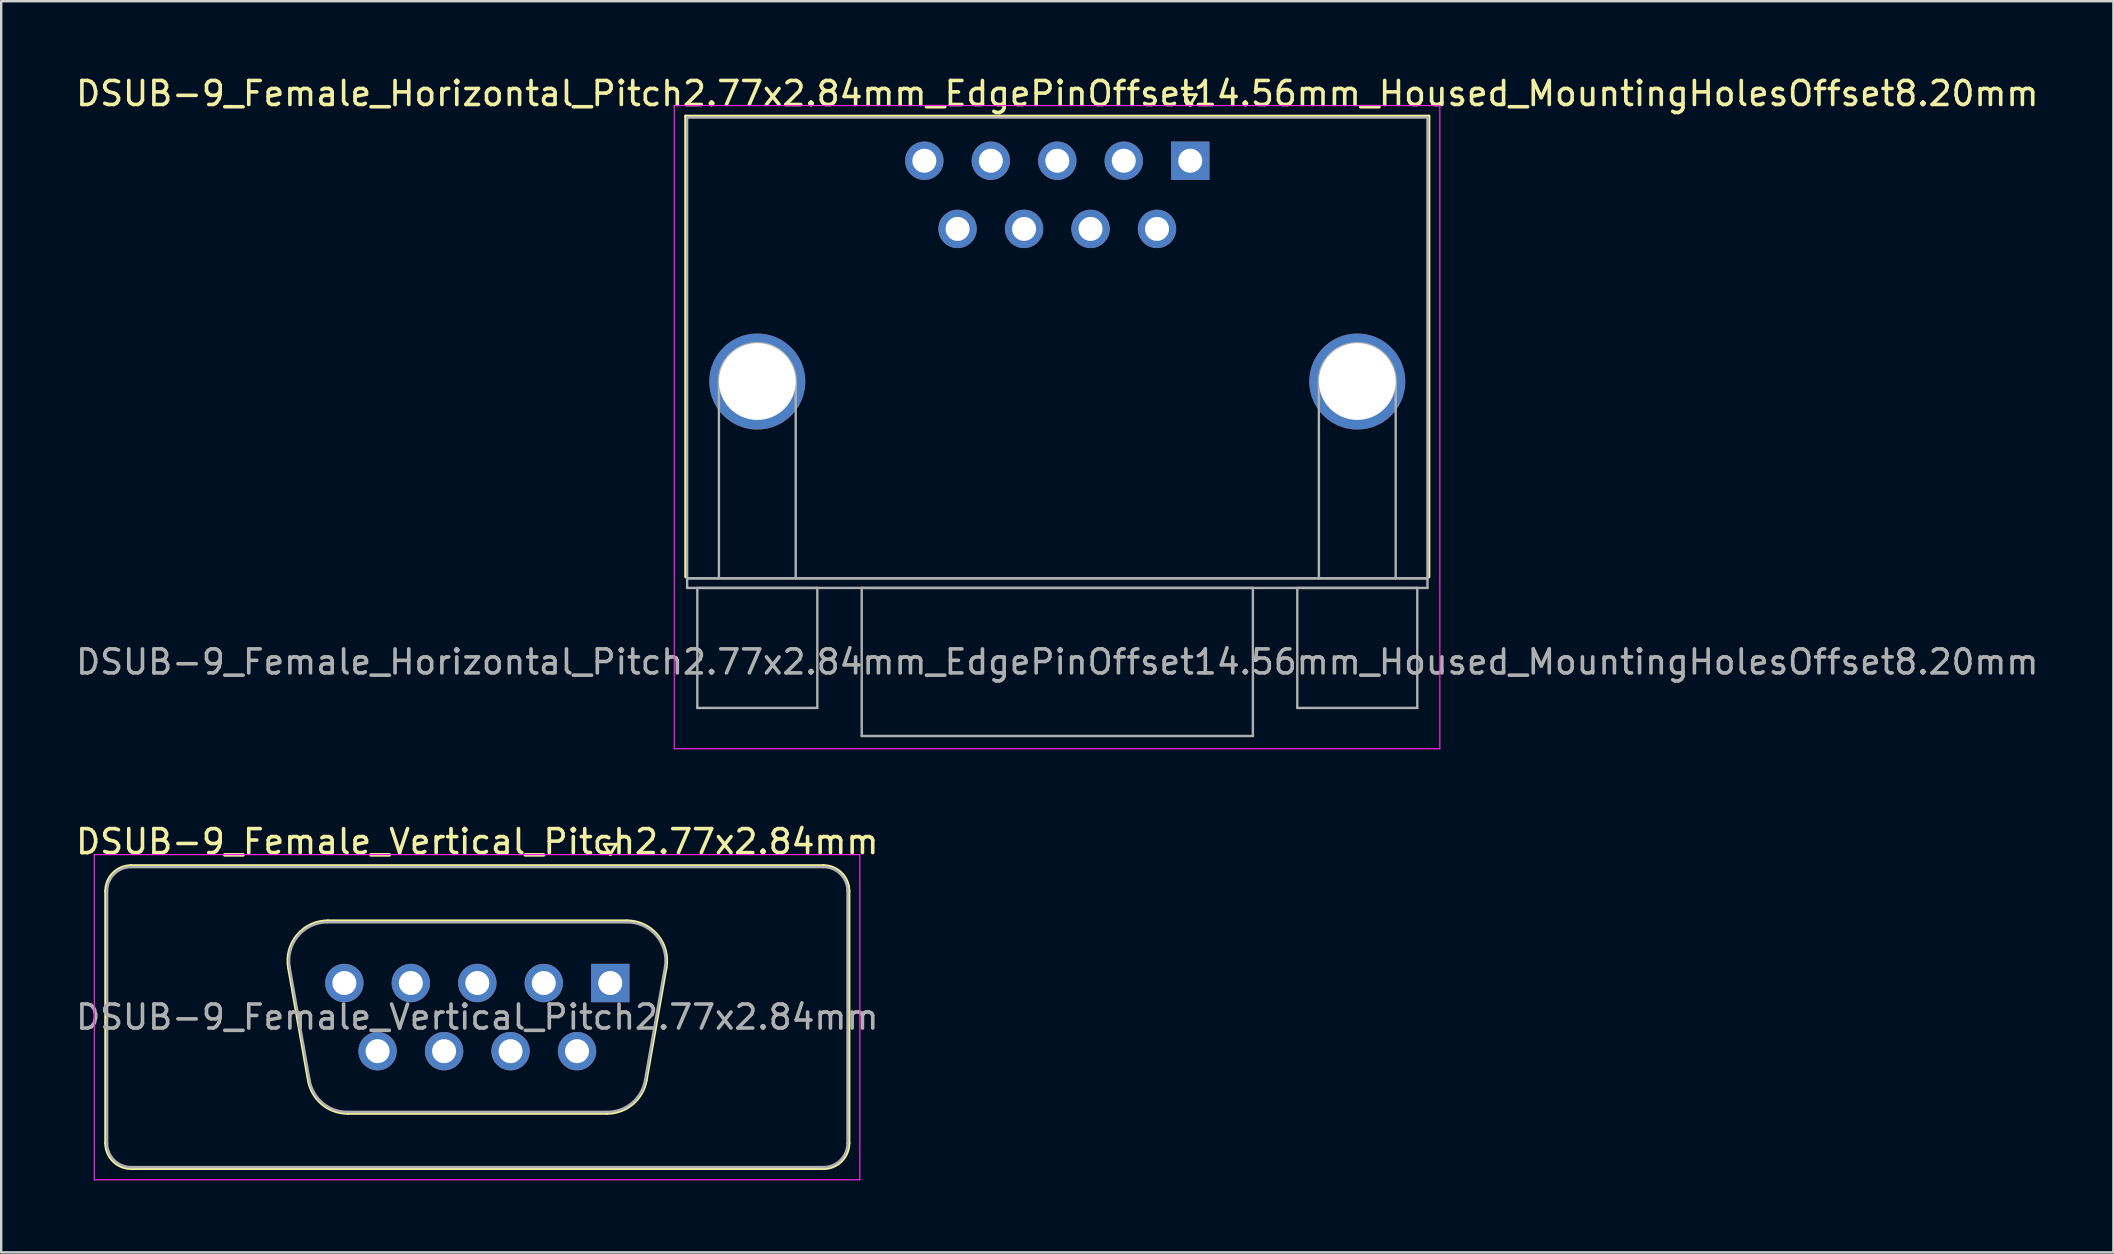
<source format=kicad_pcb>
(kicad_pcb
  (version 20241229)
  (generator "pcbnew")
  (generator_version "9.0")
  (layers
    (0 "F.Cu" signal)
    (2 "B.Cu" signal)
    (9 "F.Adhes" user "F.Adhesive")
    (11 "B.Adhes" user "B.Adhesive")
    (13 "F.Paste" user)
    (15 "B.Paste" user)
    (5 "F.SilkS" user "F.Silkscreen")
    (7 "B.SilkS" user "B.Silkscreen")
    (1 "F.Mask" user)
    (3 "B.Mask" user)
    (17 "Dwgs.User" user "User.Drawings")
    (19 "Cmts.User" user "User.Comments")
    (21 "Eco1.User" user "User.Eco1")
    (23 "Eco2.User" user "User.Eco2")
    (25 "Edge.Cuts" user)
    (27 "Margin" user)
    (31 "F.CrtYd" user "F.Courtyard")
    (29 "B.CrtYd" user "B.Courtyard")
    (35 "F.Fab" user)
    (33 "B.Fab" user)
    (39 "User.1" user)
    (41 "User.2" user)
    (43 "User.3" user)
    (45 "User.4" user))
  (footprint "DSUB-9_Female_Vertical_Pitch2.77x2.84mm"
    (layer "F.Cu")
    (at 22.379 37.911)
    (property "Reference" "DSUB-9_Female_Vertical_Pitch2.77x2.84mm" (at -5.54 -5.89 0) (layer "F.SilkS") (effects (font (size 1 1) (thickness 0.15))))
    (attr through_hole)
    (fp_line (start -21.025 6.67) (end -21.025 -3.83) (stroke (width 0.12) (type solid)) (layer "F.SilkS"))
    (fp_line (start -19.965 -4.89) (end 8.885 -4.89) (stroke (width 0.12) (type solid)) (layer "F.SilkS"))
    (fp_line (start -13.406 -0.642) (end -12.578 4.058) (stroke (width 0.12) (type solid)) (layer "F.SilkS"))
    (fp_line (start -11.772 -2.59) (end 0.692 -2.59) (stroke (width 0.12) (type solid)) (layer "F.SilkS"))
    (fp_line (start -10.943 5.43) (end -0.137 5.43) (stroke (width 0.12) (type solid)) (layer "F.SilkS"))
    (fp_line (start -0.25 -5.784) (end 0.25 -5.784) (stroke (width 0.12) (type solid)) (layer "F.SilkS"))
    (fp_line (start 0 -5.351) (end -0.25 -5.784) (stroke (width 0.12) (type solid)) (layer "F.SilkS"))
    (fp_line (start 0.25 -5.784) (end 0 -5.351) (stroke (width 0.12) (type solid)) (layer "F.SilkS"))
    (fp_line (start 2.326 -0.642) (end 1.498 4.058) (stroke (width 0.12) (type solid)) (layer "F.SilkS"))
    (fp_line (start 8.885 7.73) (end -19.965 7.73) (stroke (width 0.12) (type solid)) (layer "F.SilkS"))
    (fp_line (start 9.945 -3.83) (end 9.945 6.67) (stroke (width 0.12) (type solid)) (layer "F.SilkS"))
    (fp_arc (start -21.025 -3.83) (mid -20.714533 -4.579533) (end -19.965 -4.89) (stroke (width 0.12) (type solid)) (layer "F.SilkS"))
    (fp_arc (start -19.965 7.73) (mid -20.714533 7.419533) (end -21.025 6.67) (stroke (width 0.12) (type solid)) (layer "F.SilkS"))
    (fp_arc (start -13.40647 -0.641744) (mid -13.043323 -1.997028) (end -11.771689 -2.59) (stroke (width 0.12) (type solid)) (layer "F.SilkS"))
    (fp_arc (start -10.942952 5.43) (mid -12.009979 5.041634) (end -12.577733 4.058256) (stroke (width 0.12) (type solid)) (layer "F.SilkS"))
    (fp_arc (start 0.691689 -2.59) (mid 1.963323 -1.997027) (end 2.32647 -0.641744) (stroke (width 0.12) (type solid)) (layer "F.SilkS"))
    (fp_arc (start 1.497733 4.058256) (mid 0.92998 5.041634) (end -0.137048 5.43) (stroke (width 0.12) (type solid)) (layer "F.SilkS"))
    (fp_arc (start 8.885 -4.89) (mid 9.634533 -4.579533) (end 9.945 -3.83) (stroke (width 0.12) (type solid)) (layer "F.SilkS"))
    (fp_arc (start 9.945 6.67) (mid 9.634533 7.419533) (end 8.885 7.73) (stroke (width 0.12) (type solid)) (layer "F.SilkS"))
    (fp_line (start -21.5 -5.35) (end -21.5 8.2) (stroke (width 0.05) (type solid)) (layer "F.CrtYd"))
    (fp_line (start -21.5 8.2) (end 10.4 8.2) (stroke (width 0.05) (type solid)) (layer "F.CrtYd"))
    (fp_line (start 10.4 -5.35) (end -21.5 -5.35) (stroke (width 0.05) (type solid)) (layer "F.CrtYd"))
    (fp_line (start 10.4 8.2) (end 10.4 -5.35) (stroke (width 0.05) (type solid)) (layer "F.CrtYd"))
    (fp_line (start -20.965 6.67) (end -20.965 -3.83) (stroke (width 0.1) (type solid)) (layer "F.Fab"))
    (fp_line (start -19.965 -4.83) (end 8.885 -4.83) (stroke (width 0.1) (type solid)) (layer "F.Fab"))
    (fp_line (start -13.359 -0.652) (end -12.53 4.048) (stroke (width 0.1) (type solid)) (layer "F.Fab"))
    (fp_line (start -11.783 -2.53) (end 0.703 -2.53) (stroke (width 0.1) (type solid)) (layer "F.Fab"))
    (fp_line (start -10.954 5.37) (end -0.126 5.37) (stroke (width 0.1) (type solid)) (layer "F.Fab"))
    (fp_line (start 2.279 -0.652) (end 1.45 4.048) (stroke (width 0.1) (type solid)) (layer "F.Fab"))
    (fp_line (start 8.885 7.67) (end -19.965 7.67) (stroke (width 0.1) (type solid)) (layer "F.Fab"))
    (fp_line (start 9.885 -3.83) (end 9.885 6.67) (stroke (width 0.1) (type solid)) (layer "F.Fab"))
    (fp_arc (start -20.965 -3.83) (mid -20.672107 -4.537107) (end -19.965 -4.83) (stroke (width 0.1) (type solid)) (layer "F.Fab"))
    (fp_arc (start -19.965 7.67) (mid -20.672107 7.377107) (end -20.965 6.67) (stroke (width 0.1) (type solid)) (layer "F.Fab"))
    (fp_arc (start -13.358886 -0.652163) (mid -13.008865 -1.95846) (end -11.783194 -2.53) (stroke (width 0.1) (type solid)) (layer "F.Fab"))
    (fp_arc (start -10.954457 5.37) (mid -11.982917 4.995671) (end -12.530149 4.047837) (stroke (width 0.1) (type solid)) (layer "F.Fab"))
    (fp_arc (start 0.703194 -2.53) (mid 1.928865 -1.95846) (end 2.278886 -0.652163) (stroke (width 0.1) (type solid)) (layer "F.Fab"))
    (fp_arc (start 1.450149 4.047837) (mid 0.902917 4.995671) (end -0.125543 5.37) (stroke (width 0.1) (type solid)) (layer "F.Fab"))
    (fp_arc (start 8.885 -4.83) (mid 9.592107 -4.537107) (end 9.885 -3.83) (stroke (width 0.1) (type solid)) (layer "F.Fab"))
    (fp_arc (start 9.885 6.67) (mid 9.592107 7.377107) (end 8.885 7.67) (stroke (width 0.1) (type solid)) (layer "F.Fab"))
    (fp_text user "${REFERENCE}" (at -5.54 1.42 0) (layer "F.Fab") (effects (font (size 1 1) (thickness 0.15))))
    (pad "1" thru_hole rect (at 0 0) (size 1.6 1.6) (drill 1) (layers "*.Cu" "*.Mask"))
    (pad "2" thru_hole circle (at -2.77 0) (size 1.6 1.6) (drill 1) (layers "*.Cu" "*.Mask"))
    (pad "3" thru_hole circle (at -5.54 0) (size 1.6 1.6) (drill 1) (layers "*.Cu" "*.Mask"))
    (pad "4" thru_hole circle (at -8.31 0) (size 1.6 1.6) (drill 1) (layers "*.Cu" "*.Mask"))
    (pad "5" thru_hole circle (at -11.08 0) (size 1.6 1.6) (drill 1) (layers "*.Cu" "*.Mask"))
    (pad "6" thru_hole circle (at -1.385 2.84) (size 1.6 1.6) (drill 1) (layers "*.Cu" "*.Mask"))
    (pad "7" thru_hole circle (at -4.155 2.84) (size 1.6 1.6) (drill 1) (layers "*.Cu" "*.Mask"))
    (pad "8" thru_hole circle (at -6.925 2.84) (size 1.6 1.6) (drill 1) (layers "*.Cu" "*.Mask"))
    (pad "9" thru_hole circle (at -9.695 2.84) (size 1.6 1.6) (drill 1) (layers "*.Cu" "*.Mask")))
  (footprint "DSUB-9_Female_Horizontal_Pitch2.77x2.84mm_EdgePinOffset14.56mm_Housed_MountingHolesOffset8.20mm"
    (layer "F.Cu")
    (at 46.546 3.648)
    (property "Reference" "DSUB-9_Female_Horizontal_Pitch2.77x2.84mm_EdgePinOffset14.56mm_Housed_MountingHolesOffset8.20mm" (at -5.54 -2.8 0) (layer "F.SilkS") (effects (font (size 1 1) (thickness 0.15))))
    (attr through_hole)
    (fp_line (start -21.025 -1.86) (end 9.945 -1.86) (stroke (width 0.12) (type solid)) (layer "F.SilkS"))
    (fp_line (start -21.025 17.34) (end -21.025 -1.86) (stroke (width 0.12) (type solid)) (layer "F.SilkS"))
    (fp_line (start -0.25 -2.754) (end 0.25 -2.754) (stroke (width 0.12) (type solid)) (layer "F.SilkS"))
    (fp_line (start 0 -2.321) (end -0.25 -2.754) (stroke (width 0.12) (type solid)) (layer "F.SilkS"))
    (fp_line (start 0.25 -2.754) (end 0 -2.321) (stroke (width 0.12) (type solid)) (layer "F.SilkS"))
    (fp_line (start 9.945 -1.86) (end 9.945 17.34) (stroke (width 0.12) (type solid)) (layer "F.SilkS"))
    (fp_line (start -21.5 -2.3) (end -21.5 24.5) (stroke (width 0.05) (type solid)) (layer "F.CrtYd"))
    (fp_line (start -21.5 24.5) (end 10.4 24.5) (stroke (width 0.05) (type solid)) (layer "F.CrtYd"))
    (fp_line (start 10.4 -2.3) (end -21.5 -2.3) (stroke (width 0.05) (type solid)) (layer "F.CrtYd"))
    (fp_line (start 10.4 24.5) (end 10.4 -2.3) (stroke (width 0.05) (type solid)) (layer "F.CrtYd"))
    (fp_line (start -20.965 -1.8) (end -20.965 17.4) (stroke (width 0.1) (type solid)) (layer "F.Fab"))
    (fp_line (start -20.965 17.4) (end -20.965 17.8) (stroke (width 0.1) (type solid)) (layer "F.Fab"))
    (fp_line (start -20.965 17.4) (end 9.885 17.4) (stroke (width 0.1) (type solid)) (layer "F.Fab"))
    (fp_line (start -20.965 17.8) (end 9.885 17.8) (stroke (width 0.1) (type solid)) (layer "F.Fab"))
    (fp_line (start -20.54 17.8) (end -20.54 22.8) (stroke (width 0.1) (type solid)) (layer "F.Fab"))
    (fp_line (start -20.54 22.8) (end -15.54 22.8) (stroke (width 0.1) (type solid)) (layer "F.Fab"))
    (fp_line (start -19.64 17.4) (end -19.64 9.2) (stroke (width 0.1) (type solid)) (layer "F.Fab"))
    (fp_line (start -16.44 17.4) (end -16.44 9.2) (stroke (width 0.1) (type solid)) (layer "F.Fab"))
    (fp_line (start -15.54 17.8) (end -20.54 17.8) (stroke (width 0.1) (type solid)) (layer "F.Fab"))
    (fp_line (start -15.54 22.8) (end -15.54 17.8) (stroke (width 0.1) (type solid)) (layer "F.Fab"))
    (fp_line (start -13.69 17.8) (end -13.69 23.97) (stroke (width 0.1) (type solid)) (layer "F.Fab"))
    (fp_line (start -13.69 23.97) (end 2.61 23.97) (stroke (width 0.1) (type solid)) (layer "F.Fab"))
    (fp_line (start 2.61 17.8) (end -13.69 17.8) (stroke (width 0.1) (type solid)) (layer "F.Fab"))
    (fp_line (start 2.61 23.97) (end 2.61 17.8) (stroke (width 0.1) (type solid)) (layer "F.Fab"))
    (fp_line (start 4.46 17.8) (end 4.46 22.8) (stroke (width 0.1) (type solid)) (layer "F.Fab"))
    (fp_line (start 4.46 22.8) (end 9.46 22.8) (stroke (width 0.1) (type solid)) (layer "F.Fab"))
    (fp_line (start 5.36 17.4) (end 5.36 9.2) (stroke (width 0.1) (type solid)) (layer "F.Fab"))
    (fp_line (start 8.56 17.4) (end 8.56 9.2) (stroke (width 0.1) (type solid)) (layer "F.Fab"))
    (fp_line (start 9.46 17.8) (end 4.46 17.8) (stroke (width 0.1) (type solid)) (layer "F.Fab"))
    (fp_line (start 9.46 22.8) (end 9.46 17.8) (stroke (width 0.1) (type solid)) (layer "F.Fab"))
    (fp_line (start 9.885 -1.8) (end -20.965 -1.8) (stroke (width 0.1) (type solid)) (layer "F.Fab"))
    (fp_line (start 9.885 17.4) (end -20.965 17.4) (stroke (width 0.1) (type solid)) (layer "F.Fab"))
    (fp_line (start 9.885 17.4) (end 9.885 -1.8) (stroke (width 0.1) (type solid)) (layer "F.Fab"))
    (fp_line (start 9.885 17.8) (end 9.885 17.4) (stroke (width 0.1) (type solid)) (layer "F.Fab"))
    (fp_arc (start -19.64 9.2) (mid -18.04 7.6) (end -16.44 9.2) (stroke (width 0.1) (type solid)) (layer "F.Fab"))
    (fp_arc (start 5.36 9.2) (mid 6.96 7.6) (end 8.56 9.2) (stroke (width 0.1) (type solid)) (layer "F.Fab"))
    (fp_text user "${REFERENCE}" (at -5.54 20.885 0) (layer "F.Fab") (effects (font (size 1 1) (thickness 0.15))))
    (pad "0" thru_hole circle (at -18.04 9.2) (size 4 4) (drill 3.2) (layers "*.Cu" "*.Mask"))
    (pad "0" thru_hole circle (at 6.96 9.2) (size 4 4) (drill 3.2) (layers "*.Cu" "*.Mask"))
    (pad "1" thru_hole rect (at 0 0) (size 1.6 1.6) (drill 1) (layers "*.Cu" "*.Mask"))
    (pad "2" thru_hole circle (at -2.77 0) (size 1.6 1.6) (drill 1) (layers "*.Cu" "*.Mask"))
    (pad "3" thru_hole circle (at -5.54 0) (size 1.6 1.6) (drill 1) (layers "*.Cu" "*.Mask"))
    (pad "4" thru_hole circle (at -8.31 0) (size 1.6 1.6) (drill 1) (layers "*.Cu" "*.Mask"))
    (pad "5" thru_hole circle (at -11.08 0) (size 1.6 1.6) (drill 1) (layers "*.Cu" "*.Mask"))
    (pad "6" thru_hole circle (at -1.385 2.84) (size 1.6 1.6) (drill 1) (layers "*.Cu" "*.Mask"))
    (pad "7" thru_hole circle (at -4.155 2.84) (size 1.6 1.6) (drill 1) (layers "*.Cu" "*.Mask"))
    (pad "8" thru_hole circle (at -6.925 2.84) (size 1.6 1.6) (drill 1) (layers "*.Cu" "*.Mask"))
    (pad "9" thru_hole circle (at -9.695 2.84) (size 1.6 1.6) (drill 1) (layers "*.Cu" "*.Mask")))
  (gr_rect
    (start -3 -3)
    (end 85.012 49.136)
    (stroke (width 0.1) (type default))
    (fill no)
    (layer "Edge.Cuts")))
</source>
